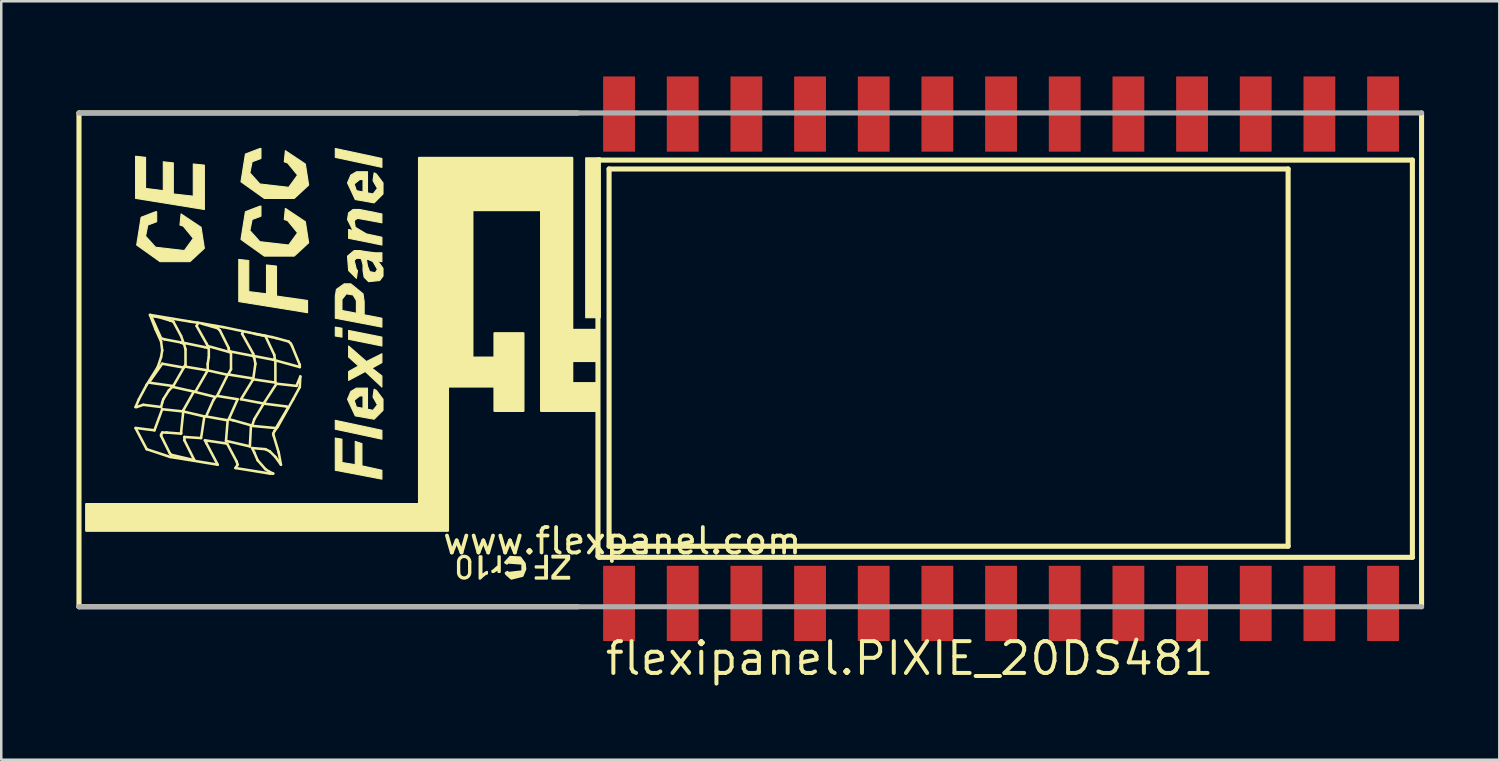
<source format=kicad_pcb>
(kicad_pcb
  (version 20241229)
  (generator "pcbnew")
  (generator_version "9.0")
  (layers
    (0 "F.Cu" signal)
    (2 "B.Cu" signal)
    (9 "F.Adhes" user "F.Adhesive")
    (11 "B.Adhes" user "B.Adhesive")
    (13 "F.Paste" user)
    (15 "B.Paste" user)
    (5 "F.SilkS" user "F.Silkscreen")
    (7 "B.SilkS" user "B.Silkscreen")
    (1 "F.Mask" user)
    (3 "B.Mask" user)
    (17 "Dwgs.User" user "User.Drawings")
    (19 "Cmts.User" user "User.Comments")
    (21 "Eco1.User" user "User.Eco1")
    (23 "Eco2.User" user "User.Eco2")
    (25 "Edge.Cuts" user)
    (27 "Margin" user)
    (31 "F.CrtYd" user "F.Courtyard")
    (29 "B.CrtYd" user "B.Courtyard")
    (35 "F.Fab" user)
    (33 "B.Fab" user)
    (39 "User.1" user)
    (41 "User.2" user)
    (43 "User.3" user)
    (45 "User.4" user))
  (footprint "flexipanel.PIXIE_20DS481"
    (layer "F.Cu")
    (at 36.887 11.261)
    (property "Reference" "flexipanel.PIXIE_20DS481" (at -15.875 12.7 0) (layer "F.SilkS") (effects (font (size 1.27 1.27) (thickness 0.16)) (justify left bottom)))
    (attr smd)
    (fp_line (start -36.786 -9.804) (end -16.879 -9.804) (stroke (width 0.203) (type default)) (layer "F.SilkS"))
    (fp_line (start -36.786 9.894) (end -36.786 -9.804) (stroke (width 0.203) (type default)) (layer "F.SilkS"))
    (fp_line (start -34.528 1.927) (end -34.484 1.927) (stroke (width 0.102) (type default)) (layer "F.SilkS"))
    (fp_line (start -34.528 2.768) (end -34.086 3.609) (stroke (width 0.102) (type default)) (layer "F.SilkS"))
    (fp_line (start -34.526 2.762) (end -33.776 2.856) (stroke (width 0.102) (type default)) (layer "F.SilkS"))
    (fp_line (start -34.484 1.927) (end -34.218 1.838) (stroke (width 0.102) (type default)) (layer "F.SilkS"))
    (fp_line (start -34.395 1.617) (end -34.528 1.927) (stroke (width 0.102) (type default)) (layer "F.SilkS"))
    (fp_line (start -34.218 1.838) (end -33.51 1.927) (stroke (width 0.102) (type default)) (layer "F.SilkS"))
    (fp_line (start -34.086 1.041) (end -34.395 1.617) (stroke (width 0.102) (type default)) (layer "F.SilkS"))
    (fp_line (start -34.086 3.609) (end -33.156 3.918) (stroke (width 0.102) (type default)) (layer "F.SilkS"))
    (fp_line (start -33.997 0.953) (end -33.067 1.085) (stroke (width 0.102) (type default)) (layer "F.SilkS"))
    (fp_line (start -33.953 -1.748) (end -33.731 -1.172) (stroke (width 0.102) (type default)) (layer "F.SilkS"))
    (fp_line (start -33.908 -1.703) (end -33.599 -1.659) (stroke (width 0.102) (type default)) (layer "F.SilkS"))
    (fp_line (start -33.776 2.856) (end -33.466 2.015) (stroke (width 0.102) (type default)) (layer "F.SilkS"))
    (fp_line (start -33.731 -1.172) (end -33.51 -0.685) (stroke (width 0.102) (type default)) (layer "F.SilkS"))
    (fp_line (start -33.643 0.333) (end -34.086 1.041) (stroke (width 0.102) (type default)) (layer "F.SilkS"))
    (fp_line (start -33.599 -1.659) (end -33.156 -1.526) (stroke (width 0.102) (type default)) (layer "F.SilkS"))
    (fp_line (start -33.51 -0.818) (end -33.908 -1.703) (stroke (width 0.102) (type default)) (layer "F.SilkS"))
    (fp_line (start -33.51 -0.685) (end -33.466 -0.331) (stroke (width 0.102) (type default)) (layer "F.SilkS"))
    (fp_line (start -33.51 -0.066) (end -33.643 0.333) (stroke (width 0.102) (type default)) (layer "F.SilkS"))
    (fp_line (start -33.51 1.927) (end -33.466 1.75) (stroke (width 0.102) (type default)) (layer "F.SilkS"))
    (fp_line (start -33.51 3.033) (end -33.51 3.077) (stroke (width 0.102) (type default)) (layer "F.SilkS"))
    (fp_line (start -33.51 3.077) (end -33.156 3.786) (stroke (width 0.102) (type default)) (layer "F.SilkS"))
    (fp_line (start -33.466 -0.331) (end -33.51 -0.066) (stroke (width 0.102) (type default)) (layer "F.SilkS"))
    (fp_line (start -33.466 0.2) (end -33.997 0.953) (stroke (width 0.102) (type default)) (layer "F.SilkS"))
    (fp_line (start -33.466 1.75) (end -33.422 1.617) (stroke (width 0.102) (type default)) (layer "F.SilkS"))
    (fp_line (start -33.466 2.015) (end -32.625 2.104) (stroke (width 0.102) (type default)) (layer "F.SilkS"))
    (fp_line (start -33.466 2.945) (end -33.51 3.033) (stroke (width 0.102) (type default)) (layer "F.SilkS"))
    (fp_line (start -33.422 1.617) (end -33.2 1.262) (stroke (width 0.102) (type default)) (layer "F.SilkS"))
    (fp_line (start -33.377 -0.774) (end -33.51 -0.818) (stroke (width 0.102) (type default)) (layer "F.SilkS"))
    (fp_line (start -33.289 2.945) (end -33.466 2.945) (stroke (width 0.102) (type default)) (layer "F.SilkS"))
    (fp_line (start -33.2 1.262) (end -33.023 1.085) (stroke (width 0.102) (type default)) (layer "F.SilkS"))
    (fp_line (start -33.156 -1.526) (end -33.023 -1.482) (stroke (width 0.102) (type default)) (layer "F.SilkS"))
    (fp_line (start -33.156 3.786) (end -33.112 3.83) (stroke (width 0.102) (type default)) (layer "F.SilkS"))
    (fp_line (start -33.156 3.918) (end -31.252 4.228) (stroke (width 0.102) (type default)) (layer "F.SilkS"))
    (fp_line (start -33.112 3.83) (end -32.182 4.051) (stroke (width 0.102) (type default)) (layer "F.SilkS"))
    (fp_line (start -33.023 -1.482) (end -32.713 -0.906) (stroke (width 0.102) (type default)) (layer "F.SilkS"))
    (fp_line (start -33.023 1.085) (end -32.603 0.355) (stroke (width 0.102) (type default)) (layer "F.SilkS"))
    (fp_line (start -33.023 1.13) (end -32.226 1.307) (stroke (width 0.102) (type default)) (layer "F.SilkS"))
    (fp_line (start -32.713 -0.906) (end -32.602 -0.596) (stroke (width 0.102) (type default)) (layer "F.SilkS"))
    (fp_line (start -32.713 -0.641) (end -32.669 -0.641) (stroke (width 0.102) (type default)) (layer "F.SilkS"))
    (fp_line (start -32.713 2.945) (end -32.713 2.989) (stroke (width 0.102) (type default)) (layer "F.SilkS"))
    (fp_line (start -32.713 2.989) (end -33.289 2.945) (stroke (width 0.102) (type default)) (layer "F.SilkS"))
    (fp_line (start -32.669 -0.641) (end -33.377 -0.774) (stroke (width 0.102) (type default)) (layer "F.SilkS"))
    (fp_line (start -32.625 2.059) (end -32.226 1.351) (stroke (width 0.102) (type default)) (layer "F.SilkS"))
    (fp_line (start -32.625 2.104) (end -32.713 2.945) (stroke (width 0.102) (type default)) (layer "F.SilkS"))
    (fp_line (start -32.625 2.104) (end -32.625 2.059) (stroke (width 0.102) (type default)) (layer "F.SilkS"))
    (fp_line (start -32.625 2.104) (end -31.784 2.303) (stroke (width 0.102) (type default)) (layer "F.SilkS"))
    (fp_line (start -32.603 -0.619) (end -32.536 -0.375) (stroke (width 0.102) (type default)) (layer "F.SilkS"))
    (fp_line (start -32.603 0.355) (end -33.466 0.2) (stroke (width 0.102) (type default)) (layer "F.SilkS"))
    (fp_line (start -32.602 -0.596) (end -32.713 -0.641) (stroke (width 0.102) (type default)) (layer "F.SilkS"))
    (fp_line (start -32.58 0.311) (end -31.651 0.466) (stroke (width 0.102) (type default)) (layer "F.SilkS"))
    (fp_line (start -32.58 3.122) (end -32.58 3.255) (stroke (width 0.102) (type default)) (layer "F.SilkS"))
    (fp_line (start -32.58 3.255) (end -32.182 4.051) (stroke (width 0.102) (type default)) (layer "F.SilkS"))
    (fp_line (start -32.536 -0.619) (end -32.603 -0.619) (stroke (width 0.102) (type default)) (layer "F.SilkS"))
    (fp_line (start -32.536 -0.375) (end -32.536 0.244) (stroke (width 0.102) (type default)) (layer "F.SilkS"))
    (fp_line (start -32.536 0.244) (end -32.58 0.311) (stroke (width 0.102) (type default)) (layer "F.SilkS"))
    (fp_line (start -32.359 -1.482) (end -33.953 -1.748) (stroke (width 0.102) (type default)) (layer "F.SilkS"))
    (fp_line (start -32.226 1.307) (end -31.341 1.528) (stroke (width 0.102) (type default)) (layer "F.SilkS"))
    (fp_line (start -32.093 -1.305) (end -31.695 -0.597) (stroke (width 0.102) (type default)) (layer "F.SilkS"))
    (fp_line (start -32.049 -1.438) (end -32.359 -1.482) (stroke (width 0.102) (type default)) (layer "F.SilkS"))
    (fp_line (start -32.049 -1.393) (end -32.093 -1.305) (stroke (width 0.102) (type default)) (layer "F.SilkS"))
    (fp_line (start -31.916 3.166) (end -32.58 3.122) (stroke (width 0.102) (type default)) (layer "F.SilkS"))
    (fp_line (start -31.784 -0.464) (end -32.536 -0.619) (stroke (width 0.102) (type default)) (layer "F.SilkS"))
    (fp_line (start -31.784 2.303) (end -31.916 3.166) (stroke (width 0.102) (type default)) (layer "F.SilkS"))
    (fp_line (start -31.762 3.255) (end -30.876 3.387) (stroke (width 0.102) (type default)) (layer "F.SilkS"))
    (fp_line (start -31.717 2.303) (end -30.854 2.458) (stroke (width 0.102) (type default)) (layer "F.SilkS"))
    (fp_line (start -31.695 -0.597) (end -31.651 -0.508) (stroke (width 0.102) (type default)) (layer "F.SilkS"))
    (fp_line (start -31.695 3.387) (end -31.762 3.255) (stroke (width 0.102) (type default)) (layer "F.SilkS"))
    (fp_line (start -31.651 -0.508) (end -30.787 -0.265) (stroke (width 0.102) (type default)) (layer "F.SilkS"))
    (fp_line (start -31.651 0.2) (end -31.607 -0.066) (stroke (width 0.102) (type default)) (layer "F.SilkS"))
    (fp_line (start -31.651 0.421) (end -31.651 0.2) (stroke (width 0.102) (type default)) (layer "F.SilkS"))
    (fp_line (start -31.651 0.466) (end -32.138 1.307) (stroke (width 0.102) (type default)) (layer "F.SilkS"))
    (fp_line (start -31.607 -0.42) (end -31.784 -0.464) (stroke (width 0.102) (type default)) (layer "F.SilkS"))
    (fp_line (start -31.607 -0.066) (end -31.607 -0.42) (stroke (width 0.102) (type default)) (layer "F.SilkS"))
    (fp_line (start -31.43 1.661) (end -31.717 2.303) (stroke (width 0.102) (type default)) (layer "F.SilkS"))
    (fp_line (start -31.341 1.528) (end -31.43 1.661) (stroke (width 0.102) (type default)) (layer "F.SilkS"))
    (fp_line (start -31.275 1.484) (end -30.854 0.643) (stroke (width 0.102) (type default)) (layer "F.SilkS"))
    (fp_line (start -31.252 -1.216) (end -31.872 -1.393) (stroke (width 0.102) (type default)) (layer "F.SilkS"))
    (fp_line (start -31.252 4.228) (end -31.695 3.387) (stroke (width 0.102) (type default)) (layer "F.SilkS"))
    (fp_line (start -31.164 -1.128) (end -31.252 -1.216) (stroke (width 0.102) (type default)) (layer "F.SilkS"))
    (fp_line (start -31.031 -1.261) (end -32.049 -1.438) (stroke (width 0.102) (type default)) (layer "F.SilkS"))
    (fp_line (start -30.921 3.277) (end -29.968 3.498) (stroke (width 0.102) (type default)) (layer "F.SilkS"))
    (fp_line (start -30.876 3.387) (end -30.5 4.096) (stroke (width 0.102) (type default)) (layer "F.SilkS"))
    (fp_line (start -30.854 0.643) (end -31.651 0.466) (stroke (width 0.102) (type default)) (layer "F.SilkS"))
    (fp_line (start -30.854 2.458) (end -30.921 3.277) (stroke (width 0.102) (type default)) (layer "F.SilkS"))
    (fp_line (start -30.832 0.621) (end -30.744 0.643) (stroke (width 0.102) (type default)) (layer "F.SilkS"))
    (fp_line (start -30.81 -0.42) (end -31.164 -1.128) (stroke (width 0.102) (type default)) (layer "F.SilkS"))
    (fp_line (start -30.81 -0.375) (end -30.81 -0.42) (stroke (width 0.102) (type default)) (layer "F.SilkS"))
    (fp_line (start -30.81 2.413) (end -30.456 1.617) (stroke (width 0.102) (type default)) (layer "F.SilkS"))
    (fp_line (start -30.787 -0.265) (end -30.81 -0.375) (stroke (width 0.102) (type default)) (layer "F.SilkS"))
    (fp_line (start -30.744 -0.287) (end -30.721 -0.242) (stroke (width 0.102) (type default)) (layer "F.SilkS"))
    (fp_line (start -30.744 0.643) (end -29.924 0.776) (stroke (width 0.102) (type default)) (layer "F.SilkS"))
    (fp_line (start -30.721 -0.242) (end -30.721 0.421) (stroke (width 0.102) (type default)) (layer "F.SilkS"))
    (fp_line (start -30.721 0.421) (end -30.832 0.621) (stroke (width 0.102) (type default)) (layer "F.SilkS"))
    (fp_line (start -30.633 2.458) (end -30.81 2.413) (stroke (width 0.102) (type default)) (layer "F.SilkS"))
    (fp_line (start -30.544 4.361) (end -29.172 4.582) (stroke (width 0.102) (type default)) (layer "F.SilkS"))
    (fp_line (start -30.5 4.096) (end -30.456 4.228) (stroke (width 0.102) (type default)) (layer "F.SilkS"))
    (fp_line (start -30.456 1.617) (end -31.275 1.484) (stroke (width 0.102) (type default)) (layer "F.SilkS"))
    (fp_line (start -30.456 4.228) (end -30.544 4.361) (stroke (width 0.102) (type default)) (layer "F.SilkS"))
    (fp_line (start -30.323 1.617) (end -29.836 0.82) (stroke (width 0.102) (type default)) (layer "F.SilkS"))
    (fp_line (start -30.279 -0.995) (end -29.836 -0.198) (stroke (width 0.102) (type default)) (layer "F.SilkS"))
    (fp_line (start -30.234 -1.084) (end -30.279 -0.995) (stroke (width 0.102) (type default)) (layer "F.SilkS"))
    (fp_line (start -29.969 -1.039) (end -31.031 -1.261) (stroke (width 0.102) (type default)) (layer "F.SilkS"))
    (fp_line (start -29.968 3.498) (end -29.924 2.657) (stroke (width 0.102) (type default)) (layer "F.SilkS"))
    (fp_line (start -29.924 0.776) (end -29.88 0.776) (stroke (width 0.102) (type default)) (layer "F.SilkS"))
    (fp_line (start -29.924 2.657) (end -30.633 2.458) (stroke (width 0.102) (type default)) (layer "F.SilkS"))
    (fp_line (start -29.88 2.679) (end -28.928 2.768) (stroke (width 0.102) (type default)) (layer "F.SilkS"))
    (fp_line (start -29.88 3.564) (end -29.349 3.609) (stroke (width 0.102) (type default)) (layer "F.SilkS"))
    (fp_line (start -29.836 -0.198) (end -29.814 -0.11) (stroke (width 0.102) (type default)) (layer "F.SilkS"))
    (fp_line (start -29.836 -0.11) (end -30.744 -0.287) (stroke (width 0.102) (type default)) (layer "F.SilkS"))
    (fp_line (start -29.836 0.82) (end -29.747 0.2) (stroke (width 0.102) (type default)) (layer "F.SilkS"))
    (fp_line (start -29.836 0.82) (end -28.951 0.953) (stroke (width 0.102) (type default)) (layer "F.SilkS"))
    (fp_line (start -29.814 -0.11) (end -29.017 0.045) (stroke (width 0.102) (type default)) (layer "F.SilkS"))
    (fp_line (start -29.792 -0.021) (end -29.836 -0.11) (stroke (width 0.102) (type default)) (layer "F.SilkS"))
    (fp_line (start -29.792 2.413) (end -29.88 2.679) (stroke (width 0.102) (type default)) (layer "F.SilkS"))
    (fp_line (start -29.792 3.741) (end -29.88 3.564) (stroke (width 0.102) (type default)) (layer "F.SilkS"))
    (fp_line (start -29.747 0.2) (end -29.792 -0.021) (stroke (width 0.102) (type default)) (layer "F.SilkS"))
    (fp_line (start -29.659 4.051) (end -29.792 3.741) (stroke (width 0.102) (type default)) (layer "F.SilkS"))
    (fp_line (start -29.393 1.75) (end -29.792 2.413) (stroke (width 0.102) (type default)) (layer "F.SilkS"))
    (fp_line (start -29.393 1.794) (end -30.323 1.617) (stroke (width 0.102) (type default)) (layer "F.SilkS"))
    (fp_line (start -29.349 -0.906) (end -29.792 -0.995) (stroke (width 0.102) (type default)) (layer "F.SilkS"))
    (fp_line (start -29.349 3.609) (end -29.172 3.697) (stroke (width 0.102) (type default)) (layer "F.SilkS"))
    (fp_line (start -29.349 4.405) (end -29.659 4.051) (stroke (width 0.102) (type default)) (layer "F.SilkS"))
    (fp_line (start -29.216 4.494) (end -29.349 4.405) (stroke (width 0.102) (type default)) (layer "F.SilkS"))
    (fp_line (start -29.172 3.697) (end -28.951 3.918) (stroke (width 0.102) (type default)) (layer "F.SilkS"))
    (fp_line (start -29.172 4.582) (end -29.039 4.582) (stroke (width 0.102) (type default)) (layer "F.SilkS"))
    (fp_line (start -29.083 -0.862) (end -29.969 -1.039) (stroke (width 0.102) (type default)) (layer "F.SilkS"))
    (fp_line (start -29.039 2.989) (end -28.995 2.9) (stroke (width 0.102) (type default)) (layer "F.SilkS"))
    (fp_line (start -29.039 4.582) (end -29.216 4.494) (stroke (width 0.102) (type default)) (layer "F.SilkS"))
    (fp_line (start -29.017 3.077) (end -29.039 2.989) (stroke (width 0.102) (type default)) (layer "F.SilkS"))
    (fp_line (start -29.017 0.045) (end -28.973 0.001) (stroke (width 0.102) (type default)) (layer "F.SilkS"))
    (fp_line (start -29.017 0.045) (end -29.017 0.045) (stroke (width 0.102) (type default)) (layer "F.SilkS"))
    (fp_line (start -28.995 -0.154) (end -29.349 -0.906) (stroke (width 0.102) (type default)) (layer "F.SilkS"))
    (fp_line (start -28.995 2.9) (end -28.862 2.723) (stroke (width 0.102) (type default)) (layer "F.SilkS"))
    (fp_line (start -28.973 0.001) (end -28.995 -0.154) (stroke (width 0.102) (type default)) (layer "F.SilkS"))
    (fp_line (start -28.951 0.067) (end -27.977 0.333) (stroke (width 0.102) (type default)) (layer "F.SilkS"))
    (fp_line (start -28.951 0.953) (end -28.951 0.067) (stroke (width 0.102) (type default)) (layer "F.SilkS"))
    (fp_line (start -28.951 3.918) (end -28.729 4.228) (stroke (width 0.102) (type default)) (layer "F.SilkS"))
    (fp_line (start -28.928 2.768) (end -28.441 1.949) (stroke (width 0.102) (type default)) (layer "F.SilkS"))
    (fp_line (start -28.906 0.997) (end -29.393 1.75) (stroke (width 0.102) (type default)) (layer "F.SilkS"))
    (fp_line (start -28.906 -0.818) (end -29.083 -0.862) (stroke (width 0.102) (type default)) (layer "F.SilkS"))
    (fp_line (start -28.862 2.723) (end -28.242 1.617) (stroke (width 0.102) (type default)) (layer "F.SilkS"))
    (fp_line (start -28.818 3.741) (end -29.017 3.077) (stroke (width 0.102) (type default)) (layer "F.SilkS"))
    (fp_line (start -28.729 4.228) (end -28.818 3.741) (stroke (width 0.102) (type default)) (layer "F.SilkS"))
    (fp_line (start -28.508 1.905) (end -29.393 1.794) (stroke (width 0.102) (type default)) (layer "F.SilkS"))
    (fp_line (start -28.441 1.949) (end -28.508 1.905) (stroke (width 0.102) (type default)) (layer "F.SilkS"))
    (fp_line (start -28.419 -0.685) (end -28.906 -0.818) (stroke (width 0.102) (type default)) (layer "F.SilkS"))
    (fp_line (start -28.331 -0.597) (end -28.419 -0.685) (stroke (width 0.102) (type default)) (layer "F.SilkS"))
    (fp_line (start -28.287 -0.508) (end -28.331 -0.597) (stroke (width 0.102) (type default)) (layer "F.SilkS"))
    (fp_line (start -28.242 1.617) (end -27.977 1.13) (stroke (width 0.102) (type default)) (layer "F.SilkS"))
    (fp_line (start -28.11 1.085) (end -28.906 0.997) (stroke (width 0.102) (type default)) (layer "F.SilkS"))
    (fp_line (start -27.977 0.244) (end -28.287 -0.508) (stroke (width 0.102) (type default)) (layer "F.SilkS"))
    (fp_line (start -27.977 0.333) (end -27.977 0.244) (stroke (width 0.102) (type default)) (layer "F.SilkS"))
    (fp_line (start -27.977 1.13) (end -27.955 0.709) (stroke (width 0.102) (type default)) (layer "F.SilkS"))
    (fp_line (start -27.955 0.709) (end -28.11 1.085) (stroke (width 0.102) (type default)) (layer "F.SilkS"))
    (fp_line (start -21.663 8.528) (end -21.663 8.129) (stroke (width 0.089) (type default)) (layer "F.SilkS"))
    (fp_line (start -21.619 8.129) (end -21.619 8.528) (stroke (width 0.089) (type default)) (layer "F.SilkS"))
    (fp_line (start -21.221 8.528) (end -21.221 8.107) (stroke (width 0.089) (type default)) (layer "F.SilkS"))
    (fp_line (start -21.176 8.107) (end -21.176 8.506) (stroke (width 0.089) (type default)) (layer "F.SilkS"))
    (fp_line (start -16.879 9.894) (end -36.786 9.894) (stroke (width 0.203) (type default)) (layer "F.SilkS"))
    (fp_line (start -16.081 -7.924) (end -16.037 -7.924) (stroke (width 0.203) (type default)) (layer "F.SilkS"))
    (fp_line (start -16.081 7.879) (end -16.081 -7.924) (stroke (width 0.203) (type default)) (layer "F.SilkS"))
    (fp_line (start -16.037 7.924) (end -16.081 7.879) (stroke (width 0.203) (type default)) (layer "F.SilkS"))
    (fp_line (start -15.992 -7.924) (end 16.41 -7.924) (stroke (width 0.203) (type default)) (layer "F.SilkS"))
    (fp_line (start -15.638 -7.569) (end -15.638 7.481) (stroke (width 0.203) (type default)) (layer "F.SilkS"))
    (fp_line (start -15.638 7.481) (end 11.452 7.481) (stroke (width 0.203) (type default)) (layer "F.SilkS"))
    (fp_line (start 11.452 -7.569) (end -15.638 -7.569) (stroke (width 0.203) (type default)) (layer "F.SilkS"))
    (fp_line (start 11.452 7.481) (end 11.452 -7.569) (stroke (width 0.203) (type default)) (layer "F.SilkS"))
    (fp_line (start 16.41 -7.924) (end 16.41 7.924) (stroke (width 0.203) (type default)) (layer "F.SilkS"))
    (fp_line (start 16.41 7.924) (end -16.037 7.924) (stroke (width 0.203) (type default)) (layer "F.SilkS"))
    (fp_line (start 16.776 -9.804) (end 16.776 9.894) (stroke (width 0.203) (type default)) (layer "F.SilkS"))
    (fp_rect (start -16.568 -1.638) (end -15.992 -8.012) (stroke (width 0.05) (type default)) (fill yes) (layer "F.SilkS"))
    (fp_arc (start -21.6634 8.1069) (mid -21.41975 7.86325) (end -21.1761 8.1069) (stroke (width 0.0886) (type default)) (layer "F.SilkS"))
    (fp_arc (start -21.6192 8.1069) (mid -21.41985 7.90755) (end -21.2205 8.1069) (stroke (width 0.0886) (type default)) (layer "F.SilkS"))
    (fp_arc (start -21.2206 8.5278) (mid -21.41995 8.72715) (end -21.6193 8.5278) (stroke (width 0.0886) (type default)) (layer "F.SilkS"))
    (fp_arc (start -21.1764 8.5278) (mid -21.42005 8.77145) (end -21.6637 8.5278) (stroke (width 0.0886) (type default)) (layer "F.SilkS"))
    (fp_poly (pts (xy -26.56 -8.033) (xy -24.701 -7.635) (xy -24.701 -7.989) (xy -26.56 -8.387)) (stroke (width 0.044) (type default)) (fill yes) (layer "F.SilkS"))
    (fp_poly (pts (xy -26.295 -0.862) (xy -26.295 -1.216) (xy -26.56 -1.261) (xy -26.56 -0.906)) (stroke (width 0.044) (type default)) (fill yes) (layer "F.SilkS"))
    (fp_poly (pts (xy -24.701 -0.508) (xy -24.701 -0.862) (xy -26.029 -1.128) (xy -26.029 -0.774)) (stroke (width 0.044) (type default)) (fill yes) (layer "F.SilkS"))
    (fp_poly (pts (xy -24.701 3.21) (xy -24.701 2.856) (xy -26.56 2.458) (xy -26.56 2.812)) (stroke (width 0.044) (type default)) (fill yes) (layer "F.SilkS"))
    (fp_poly (pts (xy -27.667 -1.836) (xy -30.411 -2.279) (xy -30.411 -3.961) (xy -30.013 -3.917) (xy -30.013 -2.677) (xy -29.305 -2.589) (xy -29.305 -3.74) (xy -28.906 -3.695) (xy -28.906 -2.5) (xy -27.667 -2.323)) (stroke (width 0.044) (type default)) (fill yes) (layer "F.SilkS"))
    (fp_poly (pts (xy -24.701 4.804) (xy -24.701 4.45) (xy -25.498 4.273) (xy -25.498 3.387) (xy -25.764 3.299) (xy -25.764 4.228) (xy -26.295 4.14) (xy -26.295 3.21) (xy -26.56 3.166) (xy -26.56 4.45)) (stroke (width 0.044) (type default)) (fill yes) (layer "F.SilkS"))
    (fp_poly (pts (xy -20.8 7.885) (xy -20.8 8.771) (xy -20.777 8.771) (xy -20.689 8.683) (xy -20.578 8.594) (xy -20.512 8.572) (xy -20.512 8.506) (xy -20.556 8.528) (xy -20.733 8.661) (xy -20.733 7.885)) (stroke (width 0.089) (type default)) (fill yes) (layer "F.SilkS"))
    (fp_poly (pts (xy -18.119 7.863) (xy -18.119 8.771) (xy -18.562 8.771) (xy -18.562 8.284) (xy -18.23 8.284) (xy -18.23 8.328) (xy -18.562 8.328) (xy -18.562 8.727) (xy -18.186 8.727) (xy -18.186 7.863)) (stroke (width 0.089) (type default)) (fill yes) (layer "F.SilkS"))
    (fp_poly (pts (xy -31.784 -7.723) (xy -31.784 -5.953) (xy -34.528 -6.396) (xy -34.528 -8.078) (xy -34.13 -8.033) (xy -34.13 -6.794) (xy -33.422 -6.705) (xy -33.422 -7.856) (xy -33.023 -7.812) (xy -33.023 -6.573) (xy -32.226 -6.484) (xy -32.226 -7.768)) (stroke (width 0.044) (type default)) (fill yes) (layer "F.SilkS"))
    (fp_poly (pts (xy -24.701 1.13) (xy -24.701 0.687) (xy -25.099 0.377) (xy -24.701 0.156) (xy -24.701 -0.198) (xy -25.321 0.112) (xy -26.029 -0.508) (xy -26.029 -0.066) (xy -25.631 0.289) (xy -26.029 0.51) (xy -26.029 0.864) (xy -25.365 0.51)) (stroke (width 0.044) (type default)) (fill yes) (layer "F.SilkS"))
    (fp_poly (pts (xy -20.002 7.885) (xy -20.002 8.506) (xy -20.047 8.506) (xy -20.047 8.351) (xy -20.069 8.395) (xy -20.246 8.506) (xy -20.268 8.506) (xy -20.29 8.506) (xy -20.29 8.461) (xy -20.268 8.461) (xy -20.047 8.262) (xy -20.047 7.885)) (stroke (width 0.089) (type default)) (fill yes) (layer "F.SilkS"))
    (fp_poly (pts (xy -17.898 7.863) (xy -17.233 7.863) (xy -17.233 7.996) (xy -17.832 8.683) (xy -17.832 8.705) (xy -17.233 8.705) (xy -17.233 8.771) (xy -17.898 8.771) (xy -17.898 8.661) (xy -17.344 8.018) (xy -17.344 7.93) (xy -17.898 7.93)) (stroke (width 0.089) (type default)) (fill yes) (layer "F.SilkS"))
    (fp_poly (pts (xy -25.719 -3.208) (xy -25.675 -3.518) (xy -25.719 -3.562) (xy -25.808 -3.917) (xy -25.719 -4.005) (xy -25.542 -4.005) (xy -24.701 -3.872) (xy -24.701 -4.226) (xy -24.967 -4.226) (xy -25.321 -4.271) (xy -25.586 -4.315) (xy -25.808 -4.315) (xy -26.073 -4.094) (xy -26.029 -3.518)) (stroke (width 0.044) (type default)) (fill yes) (layer "F.SilkS"))
    (fp_poly (pts (xy -19.714 8.173) (xy -19.692 8.129) (xy -19.094 8.173) (xy -19.094 8.483) (xy -19.67 8.55) (xy -19.692 8.506) (xy -19.759 8.55) (xy -19.736 8.594) (xy -19.537 8.771) (xy -19.094 8.661) (xy -18.983 8.395) (xy -19.006 8.173) (xy -19.183 7.93) (xy -19.581 7.908) (xy -19.781 8.129)) (stroke (width 0.089) (type default)) (fill yes) (layer "F.SilkS"))
    (fp_poly (pts (xy -26.029 -4.802) (xy -24.701 -4.536) (xy -24.701 -4.846) (xy -25.321 -4.979) (xy -25.764 -5.245) (xy -25.808 -5.51) (xy -25.675 -5.599) (xy -25.409 -5.554) (xy -24.701 -5.422) (xy -24.701 -5.776) (xy -25.586 -5.953) (xy -25.852 -5.953) (xy -26.029 -5.82) (xy -26.073 -5.554) (xy -25.852 -5.112) (xy -26.029 -5.156)) (stroke (width 0.044) (type default)) (fill yes) (layer "F.SilkS"))
    (fp_poly (pts (xy -24.701 -1.261) (xy -24.701 -1.615) (xy -26.295 -1.925) (xy -26.295 -2.367) (xy -26.118 -2.589) (xy -25.852 -2.544) (xy -25.719 -2.323) (xy -25.719 -1.836) (xy -25.409 -1.792) (xy -25.409 -2.279) (xy -25.454 -2.589) (xy -25.941 -2.987) (xy -26.206 -2.987) (xy -26.516 -2.766) (xy -26.56 -2.5) (xy -26.56 -1.615)) (stroke (width 0.044) (type default)) (fill yes) (layer "F.SilkS"))
    (fp_poly (pts (xy -33.687 -5.466) (xy -33.687 -5.864) (xy -33.731 -5.864) (xy -34.307 -5.643) (xy -34.484 -4.536) (xy -33.554 -3.872) (xy -32.359 -3.872) (xy -31.784 -4.404) (xy -31.916 -5.245) (xy -32.713 -5.776) (xy -32.758 -5.333) (xy -32.625 -5.289) (xy -32.226 -4.802) (xy -32.58 -4.315) (xy -33.731 -4.448) (xy -34.13 -4.89) (xy -34.041 -5.333)) (stroke (width 0.044) (type default)) (fill yes) (layer "F.SilkS"))
    (fp_poly (pts (xy -29.526 -7.989) (xy -29.526 -8.387) (xy -29.57 -8.387) (xy -30.146 -8.166) (xy -30.323 -7.059) (xy -29.393 -6.395) (xy -28.198 -6.395) (xy -27.623 -6.927) (xy -27.755 -7.768) (xy -28.552 -8.299) (xy -28.596 -7.856) (xy -28.464 -7.812) (xy -28.065 -7.325) (xy -28.419 -6.838) (xy -29.57 -6.971) (xy -29.969 -7.413) (xy -29.88 -7.856)) (stroke (width 0.044) (type default)) (fill yes) (layer "F.SilkS"))
    (fp_poly (pts (xy -29.526 -5.687) (xy -29.526 -6.086) (xy -29.57 -6.086) (xy -30.146 -5.864) (xy -30.323 -4.758) (xy -29.393 -4.094) (xy -28.198 -4.094) (xy -27.623 -4.625) (xy -27.755 -5.466) (xy -28.552 -5.997) (xy -28.596 -5.554) (xy -28.464 -5.51) (xy -28.065 -5.023) (xy -28.419 -4.536) (xy -29.57 -4.669) (xy -29.969 -5.112) (xy -29.88 -5.554)) (stroke (width 0.044) (type default)) (fill yes) (layer "F.SilkS"))
    (fp_poly (pts (xy -25.542 -4.005) (xy -25.498 -3.917) (xy -25.454 -3.74) (xy -25.454 -3.518) (xy -25.409 -3.253) (xy -25.232 -3.075) (xy -24.79 -3.12) (xy -24.657 -3.297) (xy -24.657 -3.607) (xy -24.878 -3.917) (xy -25.232 -3.961) (xy -25.055 -3.872) (xy -24.878 -3.562) (xy -24.967 -3.43) (xy -25.188 -3.474) (xy -25.276 -3.695) (xy -25.321 -3.961)) (stroke (width 0.044) (type default)) (fill yes) (layer "F.SilkS"))
    (fp_poly (pts (xy -25.276 -7.458) (xy -25.276 -6.573) (xy -25.454 -6.617) (xy -25.454 -7.148) (xy -25.586 -7.148) (xy -25.808 -6.971) (xy -25.719 -6.705) (xy -25.055 -6.573) (xy -24.878 -6.794) (xy -25.055 -7.104) (xy -25.011 -7.414) (xy -24.922 -7.369) (xy -24.657 -7.015) (xy -24.657 -6.573) (xy -25.011 -6.218) (xy -25.764 -6.351) (xy -26.073 -7.015) (xy -25.941 -7.325) (xy -25.719 -7.458)) (stroke (width 0.044) (type default)) (fill yes) (layer "F.SilkS"))
    (fp_poly (pts (xy -25.276 1.174) (xy -25.276 2.059) (xy -25.454 2.015) (xy -25.454 1.484) (xy -25.586 1.484) (xy -25.808 1.661) (xy -25.719 1.927) (xy -25.055 2.059) (xy -24.878 1.838) (xy -25.055 1.528) (xy -25.011 1.218) (xy -24.922 1.263) (xy -24.657 1.617) (xy -24.657 2.059) (xy -25.011 2.413) (xy -25.764 2.281) (xy -26.073 1.617) (xy -25.941 1.307) (xy -25.719 1.174)) (stroke (width 0.044) (type default)) (fill yes) (layer "F.SilkS"))
    (fp_poly (pts (xy -36.498 6.862) (xy -22.067 6.862) (xy -22.067 1.108) (xy -20.208 1.108) (xy -20.208 2.082) (xy -19.057 2.082) (xy -19.057 -1.017) (xy -20.208 -1.017) (xy -20.208 -0.043) (xy -21.093 -0.043) (xy -21.093 -5.931) (xy -18.349 -5.931) (xy -18.349 2.082) (xy -16.047 2.082) (xy -16.047 0.975) (xy -17.11 0.975) (xy -17.11 0.089) (xy -16.047 0.089) (xy -16.047 -1.15) (xy -17.11 -1.15) (xy -17.11 -8.011) (xy -23.218 -8.011) (xy -23.218 5.8) (xy -36.498 5.8)) (stroke (width 0.089) (type default)) (fill yes) (layer "F.SilkS"))
    (fp_line (start -36.786 -9.804) (end 16.776 -9.804) (stroke (width 0.203) (type default)) (layer "F.Fab"))
    (fp_line (start 16.776 9.894) (end -36.786 9.894) (stroke (width 0.203) (type default)) (layer "F.Fab"))
    (fp_text user "www.flexpanel.com" (at -22.35 7.863 180) (layer "F.SilkS") (effects (font (size 1.016 1.016) (thickness 0.15)) (justify left bottom)))
    (pad "1" smd roundrect (at -15.24 9.761) (size 1.27 3) (layers "F.Cu" "F.Mask" "F.Paste") (roundrect_rratio 0.01))
    (pad "2" smd roundrect (at -12.7 9.761) (size 1.27 3) (layers "F.Cu" "F.Mask" "F.Paste") (roundrect_rratio 0.01))
    (pad "3" smd roundrect (at -10.16 9.761) (size 1.27 3) (layers "F.Cu" "F.Mask" "F.Paste") (roundrect_rratio 0.01))
    (pad "4" smd roundrect (at -7.62 9.761) (size 1.27 3) (layers "F.Cu" "F.Mask" "F.Paste") (roundrect_rratio 0.01))
    (pad "5" smd roundrect (at -5.08 9.761) (size 1.27 3) (layers "F.Cu" "F.Mask" "F.Paste") (roundrect_rratio 0.01))
    (pad "6" smd roundrect (at -2.54 9.761) (size 1.27 3) (layers "F.Cu" "F.Mask" "F.Paste") (roundrect_rratio 0.01))
    (pad "7" smd roundrect (at 0 9.761) (size 1.27 3) (layers "F.Cu" "F.Mask" "F.Paste") (roundrect_rratio 0.01))
    (pad "8" smd roundrect (at 2.54 9.761) (size 1.27 3) (layers "F.Cu" "F.Mask" "F.Paste") (roundrect_rratio 0.01))
    (pad "9" smd roundrect (at 5.08 9.761) (size 1.27 3) (layers "F.Cu" "F.Mask" "F.Paste") (roundrect_rratio 0.01))
    (pad "10" smd roundrect (at 7.62 9.761) (size 1.27 3) (layers "F.Cu" "F.Mask" "F.Paste") (roundrect_rratio 0.01))
    (pad "11" smd roundrect (at 10.16 9.761) (size 1.27 3) (layers "F.Cu" "F.Mask" "F.Paste") (roundrect_rratio 0.01))
    (pad "12" smd roundrect (at 12.7 9.761) (size 1.27 3) (layers "F.Cu" "F.Mask" "F.Paste") (roundrect_rratio 0.01))
    (pad "13" smd roundrect (at 15.24 9.761) (size 1.27 3) (layers "F.Cu" "F.Mask" "F.Paste") (roundrect_rratio 0.01))
    (pad "14" smd roundrect (at 15.24 -9.761 180) (size 1.27 3) (layers "F.Cu" "F.Mask" "F.Paste") (roundrect_rratio 0.01))
    (pad "15" smd roundrect (at 12.7 -9.761 180) (size 1.27 3) (layers "F.Cu" "F.Mask" "F.Paste") (roundrect_rratio 0.01))
    (pad "16" smd roundrect (at 10.16 -9.761 180) (size 1.27 3) (layers "F.Cu" "F.Mask" "F.Paste") (roundrect_rratio 0.01))
    (pad "17" smd roundrect (at 7.62 -9.761 180) (size 1.27 3) (layers "F.Cu" "F.Mask" "F.Paste") (roundrect_rratio 0.01))
    (pad "18" smd roundrect (at 5.08 -9.761 180) (size 1.27 3) (layers "F.Cu" "F.Mask" "F.Paste") (roundrect_rratio 0.01))
    (pad "19" smd roundrect (at 2.54 -9.761 180) (size 1.27 3) (layers "F.Cu" "F.Mask" "F.Paste") (roundrect_rratio 0.01))
    (pad "20" smd roundrect (at 0 -9.761 180) (size 1.27 3) (layers "F.Cu" "F.Mask" "F.Paste") (roundrect_rratio 0.01))
    (pad "21" smd roundrect (at -2.54 -9.761 180) (size 1.27 3) (layers "F.Cu" "F.Mask" "F.Paste") (roundrect_rratio 0.01))
    (pad "22" smd roundrect (at -5.08 -9.761 180) (size 1.27 3) (layers "F.Cu" "F.Mask" "F.Paste") (roundrect_rratio 0.01))
    (pad "23" smd roundrect (at -7.62 -9.761 180) (size 1.27 3) (layers "F.Cu" "F.Mask" "F.Paste") (roundrect_rratio 0.01))
    (pad "24" smd roundrect (at -10.16 -9.761 180) (size 1.27 3) (layers "F.Cu" "F.Mask" "F.Paste") (roundrect_rratio 0.01))
    (pad "25" smd roundrect (at -12.7 -9.761 180) (size 1.27 3) (layers "F.Cu" "F.Mask" "F.Paste") (roundrect_rratio 0.01))
    (pad "26" smd roundrect (at -15.24 -9.761 180) (size 1.27 3) (layers "F.Cu" "F.Mask" "F.Paste") (roundrect_rratio 0.01)))
  (gr_rect
    (start -3 -3)
    (end 56.765 27.259)
    (stroke (width 0.1) (type default))
    (fill no)
    (layer "Edge.Cuts")))
</source>
